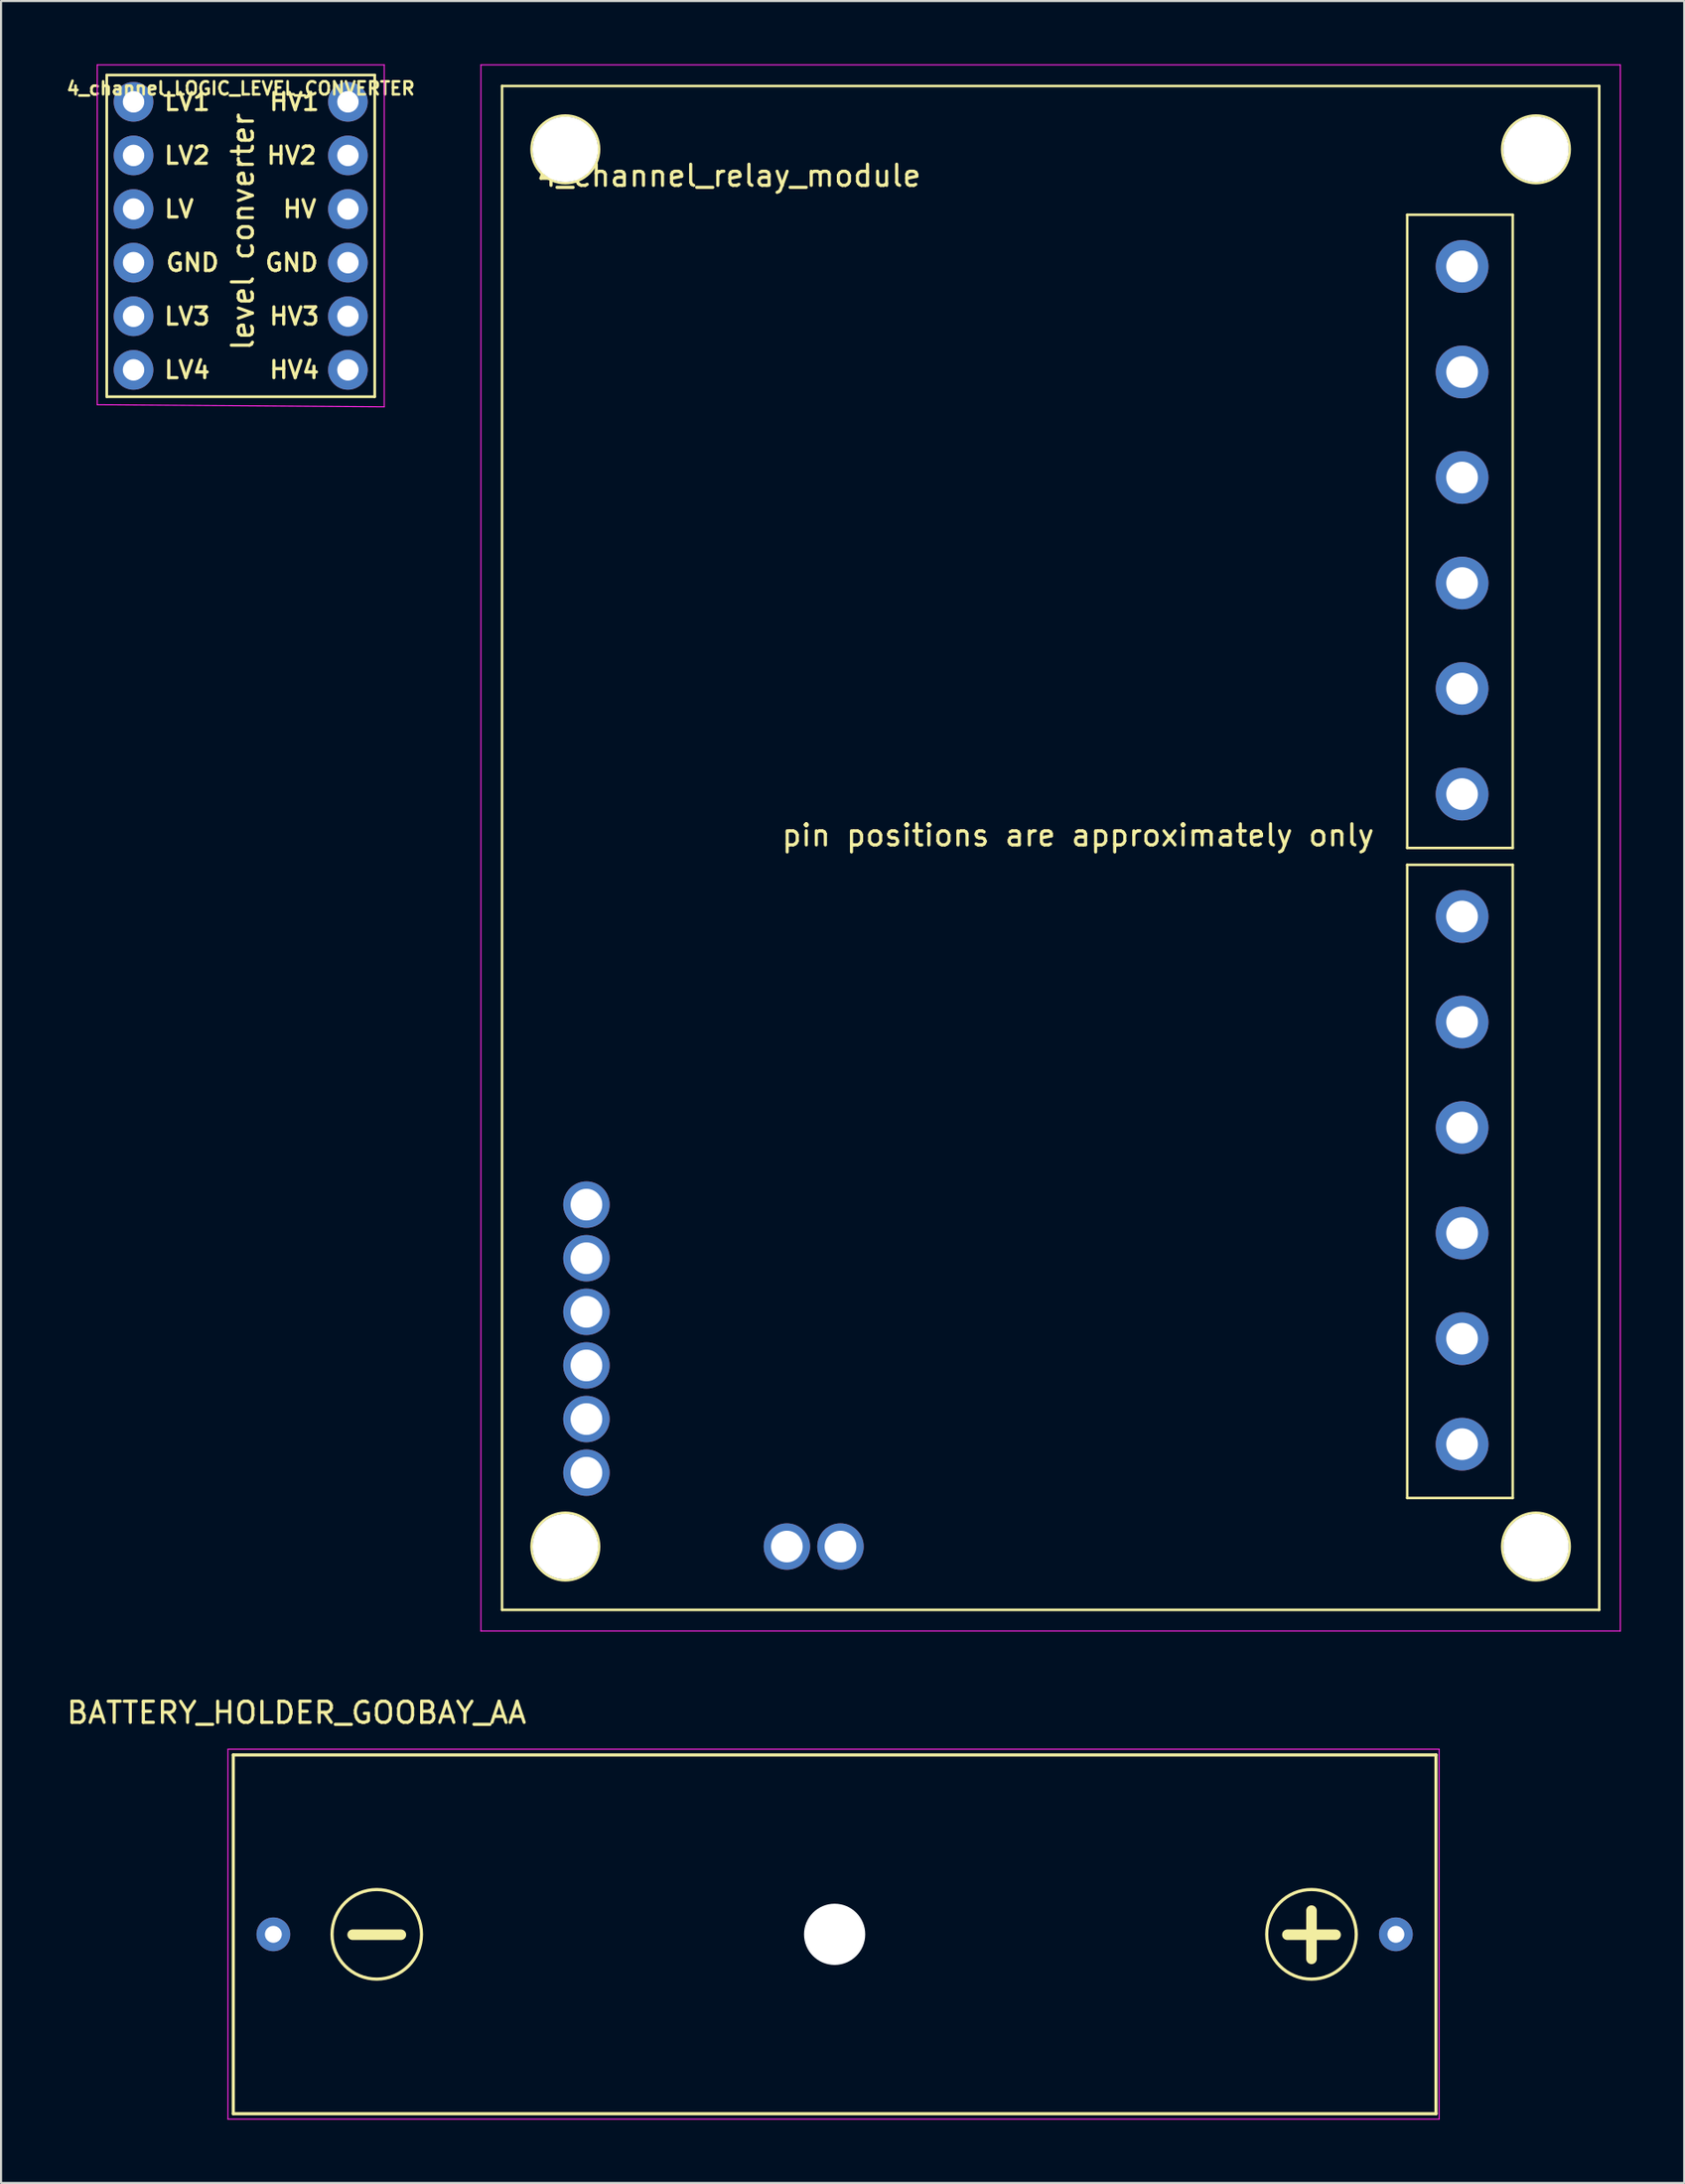
<source format=kicad_pcb>
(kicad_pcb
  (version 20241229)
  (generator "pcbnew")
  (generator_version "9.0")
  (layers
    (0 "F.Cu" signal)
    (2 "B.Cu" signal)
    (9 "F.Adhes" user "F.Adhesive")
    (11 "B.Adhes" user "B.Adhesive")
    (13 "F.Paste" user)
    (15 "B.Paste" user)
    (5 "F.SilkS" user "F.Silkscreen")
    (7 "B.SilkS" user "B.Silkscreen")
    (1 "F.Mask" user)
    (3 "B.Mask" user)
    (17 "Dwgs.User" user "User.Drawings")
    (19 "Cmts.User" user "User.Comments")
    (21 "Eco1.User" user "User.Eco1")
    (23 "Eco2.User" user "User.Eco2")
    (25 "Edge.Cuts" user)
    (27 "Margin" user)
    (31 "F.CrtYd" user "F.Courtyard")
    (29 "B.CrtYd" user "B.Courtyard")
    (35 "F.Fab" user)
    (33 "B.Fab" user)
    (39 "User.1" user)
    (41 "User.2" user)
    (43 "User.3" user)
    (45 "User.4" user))
  (footprint "4_channel_relay_module"
    (layer "F.Cu")
    (at 20.743 1.025)
    (property "Reference" "4_channel_relay_module" (at 10.75 4.25 0) (layer "F.SilkS") (effects (font (size 1 1) (thickness 0.15))))
    (attr through_hole)
    (fp_line (start 0 0) (end 52 0) (stroke (width 0.12) (type solid)) (layer "F.SilkS"))
    (fp_line (start 0 72.2) (end 0 0) (stroke (width 0.12) (type solid)) (layer "F.SilkS"))
    (fp_line (start 42.9 6.1) (end 47.9 6.1) (stroke (width 0.12) (type solid)) (layer "F.SilkS"))
    (fp_line (start 42.9 36.1) (end 42.9 6.1) (stroke (width 0.12) (type solid)) (layer "F.SilkS"))
    (fp_line (start 42.9 36.9) (end 47.9 36.9) (stroke (width 0.12) (type solid)) (layer "F.SilkS"))
    (fp_line (start 42.9 66.9) (end 42.9 36.9) (stroke (width 0.12) (type solid)) (layer "F.SilkS"))
    (fp_line (start 47.9 6.1) (end 47.9 36.1) (stroke (width 0.12) (type solid)) (layer "F.SilkS"))
    (fp_line (start 47.9 36.1) (end 42.9 36.1) (stroke (width 0.12) (type solid)) (layer "F.SilkS"))
    (fp_line (start 47.9 36.9) (end 47.9 66.9) (stroke (width 0.12) (type solid)) (layer "F.SilkS"))
    (fp_line (start 47.9 66.9) (end 42.9 66.9) (stroke (width 0.12) (type solid)) (layer "F.SilkS"))
    (fp_line (start 52 0) (end 52 72.2) (stroke (width 0.12) (type solid)) (layer "F.SilkS"))
    (fp_line (start 52 72.2) (end 0 72.2) (stroke (width 0.12) (type solid)) (layer "F.SilkS"))
    (fp_circle (center 3 3) (end 4.6 3) (stroke (width 0.12) (type solid)) (fill no) (layer "F.SilkS"))
    (fp_circle (center 3 69.2) (end 4.6 69.2) (stroke (width 0.12) (type solid)) (fill no) (layer "F.SilkS"))
    (fp_circle (center 49 3) (end 50.6 3) (stroke (width 0.12) (type solid)) (fill no) (layer "F.SilkS"))
    (fp_circle (center 49 69.2) (end 50.6 69.2) (stroke (width 0.12) (type solid)) (fill no) (layer "F.SilkS"))
    (fp_line (start -1 -1) (end 53 -1) (stroke (width 0.05) (type solid)) (layer "F.CrtYd"))
    (fp_line (start -1 73.2) (end -1 -1) (stroke (width 0.05) (type solid)) (layer "F.CrtYd"))
    (fp_line (start 53 -1) (end 53 73.2) (stroke (width 0.05) (type solid)) (layer "F.CrtYd"))
    (fp_line (start 53 73.2) (end -1 73.2) (stroke (width 0.05) (type solid)) (layer "F.CrtYd"))
    (fp_text user "pin positions are approximately only" (at 27.3 35.5 0) (layer "F.SilkS") (effects (font (size 1 1) (thickness 0.15))))
    (pad "" np_thru_hole circle (at 3 3) (size 3.1 3.1) (drill 3.1) (layers "*.Cu" "*.Mask"))
    (pad "" np_thru_hole circle (at 3 69.2) (size 3.1 3.1) (drill 3.1) (layers "*.Cu" "*.Mask"))
    (pad "" np_thru_hole circle (at 49 3) (size 3.1 3.1) (drill 3.1) (layers "*.Cu" "*.Mask"))
    (pad "" np_thru_hole circle (at 49 69.2) (size 3.1 3.1) (drill 3.1) (layers "*.Cu" "*.Mask"))
    (pad "1A" thru_hole circle (at 45.5 8.55) (size 2.5 2.5) (drill 1.5) (layers "*.Cu" "*.Mask"))
    (pad "1B" thru_hole circle (at 13.5 69.2) (size 2.2 2.2) (drill 1.5) (layers "*.Cu" "*.Mask"))
    (pad "1C" thru_hole circle (at 4 53) (size 2.2 2.2) (drill 1.5) (layers "*.Cu" "*.Mask"))
    (pad "1C" thru_hole circle (at 45.5 59.35) (size 2.5 2.5) (drill 1.5) (layers "*.Cu" "*.Mask"))
    (pad "2A" thru_hole circle (at 45.5 13.55) (size 2.5 2.5) (drill 1.5) (layers "*.Cu" "*.Mask"))
    (pad "2B" thru_hole circle (at 16.04 69.2) (size 2.2 2.2) (drill 1.5) (layers "*.Cu" "*.Mask"))
    (pad "2C" thru_hole circle (at 4 55.54) (size 2.2 2.2) (drill 1.5) (layers "*.Cu" "*.Mask"))
    (pad "3A" thru_hole circle (at 45.5 18.55) (size 2.5 2.5) (drill 1.5) (layers "*.Cu" "*.Mask"))
    (pad "3C" thru_hole circle (at 4 58.08) (size 2.2 2.2) (drill 1.5) (layers "*.Cu" "*.Mask"))
    (pad "4A" thru_hole circle (at 45.5 23.55) (size 2.5 2.5) (drill 1.5) (layers "*.Cu" "*.Mask"))
    (pad "4C" thru_hole circle (at 4 60.62) (size 2.2 2.2) (drill 1.5) (layers "*.Cu" "*.Mask"))
    (pad "5A" thru_hole circle (at 45.5 28.55) (size 2.5 2.5) (drill 1.5) (layers "*.Cu" "*.Mask"))
    (pad "5C" thru_hole circle (at 4 63.16) (size 2.2 2.2) (drill 1.5) (layers "*.Cu" "*.Mask"))
    (pad "6A" thru_hole circle (at 45.5 33.55) (size 2.5 2.5) (drill 1.5) (layers "*.Cu" "*.Mask"))
    (pad "6C" thru_hole circle (at 4 65.7) (size 2.2 2.2) (drill 1.5) (layers "*.Cu" "*.Mask"))
    (pad "7A" thru_hole circle (at 45.5 39.35) (size 2.5 2.5) (drill 1.5) (layers "*.Cu" "*.Mask"))
    (pad "8A" thru_hole circle (at 45.5 44.35) (size 2.5 2.5) (drill 1.5) (layers "*.Cu" "*.Mask"))
    (pad "9A" thru_hole circle (at 45.5 49.35) (size 2.5 2.5) (drill 1.5) (layers "*.Cu" "*.Mask"))
    (pad "10A" thru_hole circle (at 45.5 54.35) (size 2.5 2.5) (drill 1.5) (layers "*.Cu" "*.Mask"))
    (pad "12A" thru_hole circle (at 45.5 64.35) (size 2.5 2.5) (drill 1.5) (layers "*.Cu" "*.Mask")))
  (footprint "BATTERY_HOLDER_GOOBAY_AA"
    (layer "F.Cu")
    (at 8.006 97.098)
    (property "Reference" "BATTERY_HOLDER_GOOBAY_AA" (at 3 -19 0) (layer "F.SilkS") (effects (font (size 1 1) (thickness 0.15))))
    (attr through_hole)
    (fp_line (start 0 -17) (end 57 -17) (stroke (width 0.15) (type solid)) (layer "F.SilkS"))
    (fp_line (start 0 0) (end 0 -17) (stroke (width 0.15) (type solid)) (layer "F.SilkS"))
    (fp_line (start 57 -17) (end 57 0) (stroke (width 0.15) (type solid)) (layer "F.SilkS"))
    (fp_line (start 57 0) (end 0 0) (stroke (width 0.15) (type solid)) (layer "F.SilkS"))
    (fp_circle (center 6.8 -8.5) (end 8.3 -7) (stroke (width 0.15) (type solid)) (fill no) (layer "F.SilkS"))
    (fp_circle (center 51.1 -8.5) (end 52.6 -7) (stroke (width 0.15) (type solid)) (fill no) (layer "F.SilkS"))
    (fp_line (start -0.254 -17.272) (end 57.15 -17.272) (stroke (width 0.05) (type solid)) (layer "F.CrtYd"))
    (fp_line (start -0.254 0.254) (end -0.254 -17.272) (stroke (width 0.05) (type solid)) (layer "F.CrtYd"))
    (fp_line (start 57.15 -17.272) (end 57.15 0.254) (stroke (width 0.05) (type solid)) (layer "F.CrtYd"))
    (fp_line (start 57.15 0.254) (end -0.254 0.254) (stroke (width 0.05) (type solid)) (layer "F.CrtYd"))
    (fp_text user "-" (at 6.8 -8.7 0) (layer "F.SilkS") (effects (font (size 3 3) (thickness 0.5))))
    (fp_text user "+" (at 51.1 -8.7 0) (layer "F.SilkS") (effects (font (size 3 3) (thickness 0.5))))
    (pad "" np_thru_hole circle (at 28.5 -8.5) (size 2.9 2.9) (drill 2.9) (layers "*.Cu" "*.Mask"))
    (pad "1" thru_hole circle (at 55.1 -8.5) (size 1.6 1.6) (drill 0.8) (layers "*.Cu" "*.Mask"))
    (pad "2" thru_hole circle (at 1.9 -8.5) (size 1.6 1.6) (drill 0.8) (layers "*.Cu" "*.Mask")))
  (footprint "4_channel_LOGIC_LEVEL_CONVERTER"
    (layer "F.Cu")
    (at 8.359 8.125)
    (property "Reference" "4_channel_LOGIC_LEVEL_CONVERTER" (at 0 -6.985 0) (layer "F.SilkS") (effects (font (size 0.61 0.61) (thickness 0.127))))
    (attr exclude_from_pos_files exclude_from_bom)
    (fp_line (start -6.35 -7.62) (end 6.35 -7.62) (stroke (width 0.127) (type solid)) (layer "F.SilkS"))
    (fp_line (start -6.35 7.62) (end -6.35 -7.62) (stroke (width 0.127) (type solid)) (layer "F.SilkS"))
    (fp_line (start 6.35 -7.62) (end 6.35 7.62) (stroke (width 0.127) (type solid)) (layer "F.SilkS"))
    (fp_line (start 6.35 7.62) (end -6.35 7.62) (stroke (width 0.127) (type solid)) (layer "F.SilkS"))
    (fp_line (start -6.8 -8.1) (end 6.8 -8.1) (stroke (width 0.05) (type solid)) (layer "F.CrtYd"))
    (fp_line (start -6.8 8) (end -6.8 -8.1) (stroke (width 0.05) (type solid)) (layer "F.CrtYd"))
    (fp_line (start 6.8 -8.1) (end 6.8 8.1) (stroke (width 0.05) (type solid)) (layer "F.CrtYd"))
    (fp_line (start 6.8 8.1) (end -6.8 8) (stroke (width 0.05) (type solid)) (layer "F.CrtYd"))
    (fp_text user "LV3" (at -2.54 3.81 0) (layer "F.SilkS") (effects (font (size 0.813 0.813) (thickness 0.152))))
    (fp_text user "HV4" (at 2.54 6.35 0) (layer "F.SilkS") (effects (font (size 0.813 0.813) (thickness 0.152))))
    (fp_text user "LV1" (at -2.54 -6.35 0) (layer "F.SilkS") (effects (font (size 0.813 0.813) (thickness 0.152))))
    (fp_text user "GND" (at -2.286 1.27 0) (layer "F.SilkS") (effects (font (size 0.813 0.813) (thickness 0.152))))
    (fp_text user "HV1" (at 2.54 -6.35 0) (layer "F.SilkS") (effects (font (size 0.813 0.813) (thickness 0.152))))
    (fp_text user "HV2" (at 2.413 -3.81 0) (layer "F.SilkS") (effects (font (size 0.813 0.813) (thickness 0.152))))
    (fp_text user "LV4" (at -2.54 6.35 0) (layer "F.SilkS") (effects (font (size 0.813 0.813) (thickness 0.152))))
    (fp_text user "LV" (at -2.921 -1.27 0) (layer "F.SilkS") (effects (font (size 0.813 0.813) (thickness 0.152))))
    (fp_text user "HV" (at 2.794 -1.27 0) (layer "F.SilkS") (effects (font (size 0.813 0.813) (thickness 0.152))))
    (fp_text user "HV3" (at 2.54 3.81 0) (layer "F.SilkS") (effects (font (size 0.813 0.813) (thickness 0.152))))
    (fp_text user "LV2" (at -2.54 -3.81 0) (layer "F.SilkS") (effects (font (size 0.813 0.813) (thickness 0.152))))
    (fp_text user "GND" (at 2.413 1.27 0) (layer "F.SilkS") (effects (font (size 0.813 0.813) (thickness 0.152))))
    (fp_text user "level converter" (at 0.1 -0.2 90) (layer "F.SilkS") (effects (font (size 1 1) (thickness 0.15))))
    (pad "GND1" thru_hole circle (at -5.08 1.27) (size 1.88 1.88) (drill 1.016) (layers "*.Cu" "*.Mask"))
    (pad "GND2" thru_hole circle (at 5.08 1.27) (size 1.88 1.88) (drill 1.016) (layers "*.Cu" "*.Mask"))
    (pad "HV" thru_hole circle (at 5.08 -1.27) (size 1.88 1.88) (drill 1.016) (layers "*.Cu" "*.Mask"))
    (pad "HV1" thru_hole circle (at 5.08 -6.35) (size 1.88 1.88) (drill 1.016) (layers "*.Cu" "*.Mask"))
    (pad "HV2" thru_hole circle (at 5.08 -3.81) (size 1.88 1.88) (drill 1.016) (layers "*.Cu" "*.Mask"))
    (pad "HV3" thru_hole circle (at 5.08 3.81) (size 1.88 1.88) (drill 1.016) (layers "*.Cu" "*.Mask"))
    (pad "HV4" thru_hole circle (at 5.08 6.35) (size 1.88 1.88) (drill 1.016) (layers "*.Cu" "*.Mask"))
    (pad "LV" thru_hole circle (at -5.08 -1.27) (size 1.88 1.88) (drill 1.016) (layers "*.Cu" "*.Mask"))
    (pad "LV1" thru_hole circle (at -5.08 -6.35) (size 1.88 1.88) (drill 1.016) (layers "*.Cu" "*.Mask"))
    (pad "LV2" thru_hole circle (at -5.08 -3.81) (size 1.88 1.88) (drill 1.016) (layers "*.Cu" "*.Mask"))
    (pad "LV3" thru_hole circle (at -5.08 3.81) (size 1.88 1.88) (drill 1.016) (layers "*.Cu" "*.Mask"))
    (pad "LV4" thru_hole circle (at -5.08 6.35) (size 1.88 1.88) (drill 1.016) (layers "*.Cu" "*.Mask")))
  (gr_rect
    (start -3 -3)
    (end 76.768 100.377)
    (stroke (width 0.1) (type default))
    (fill no)
    (layer "Edge.Cuts")))
</source>
